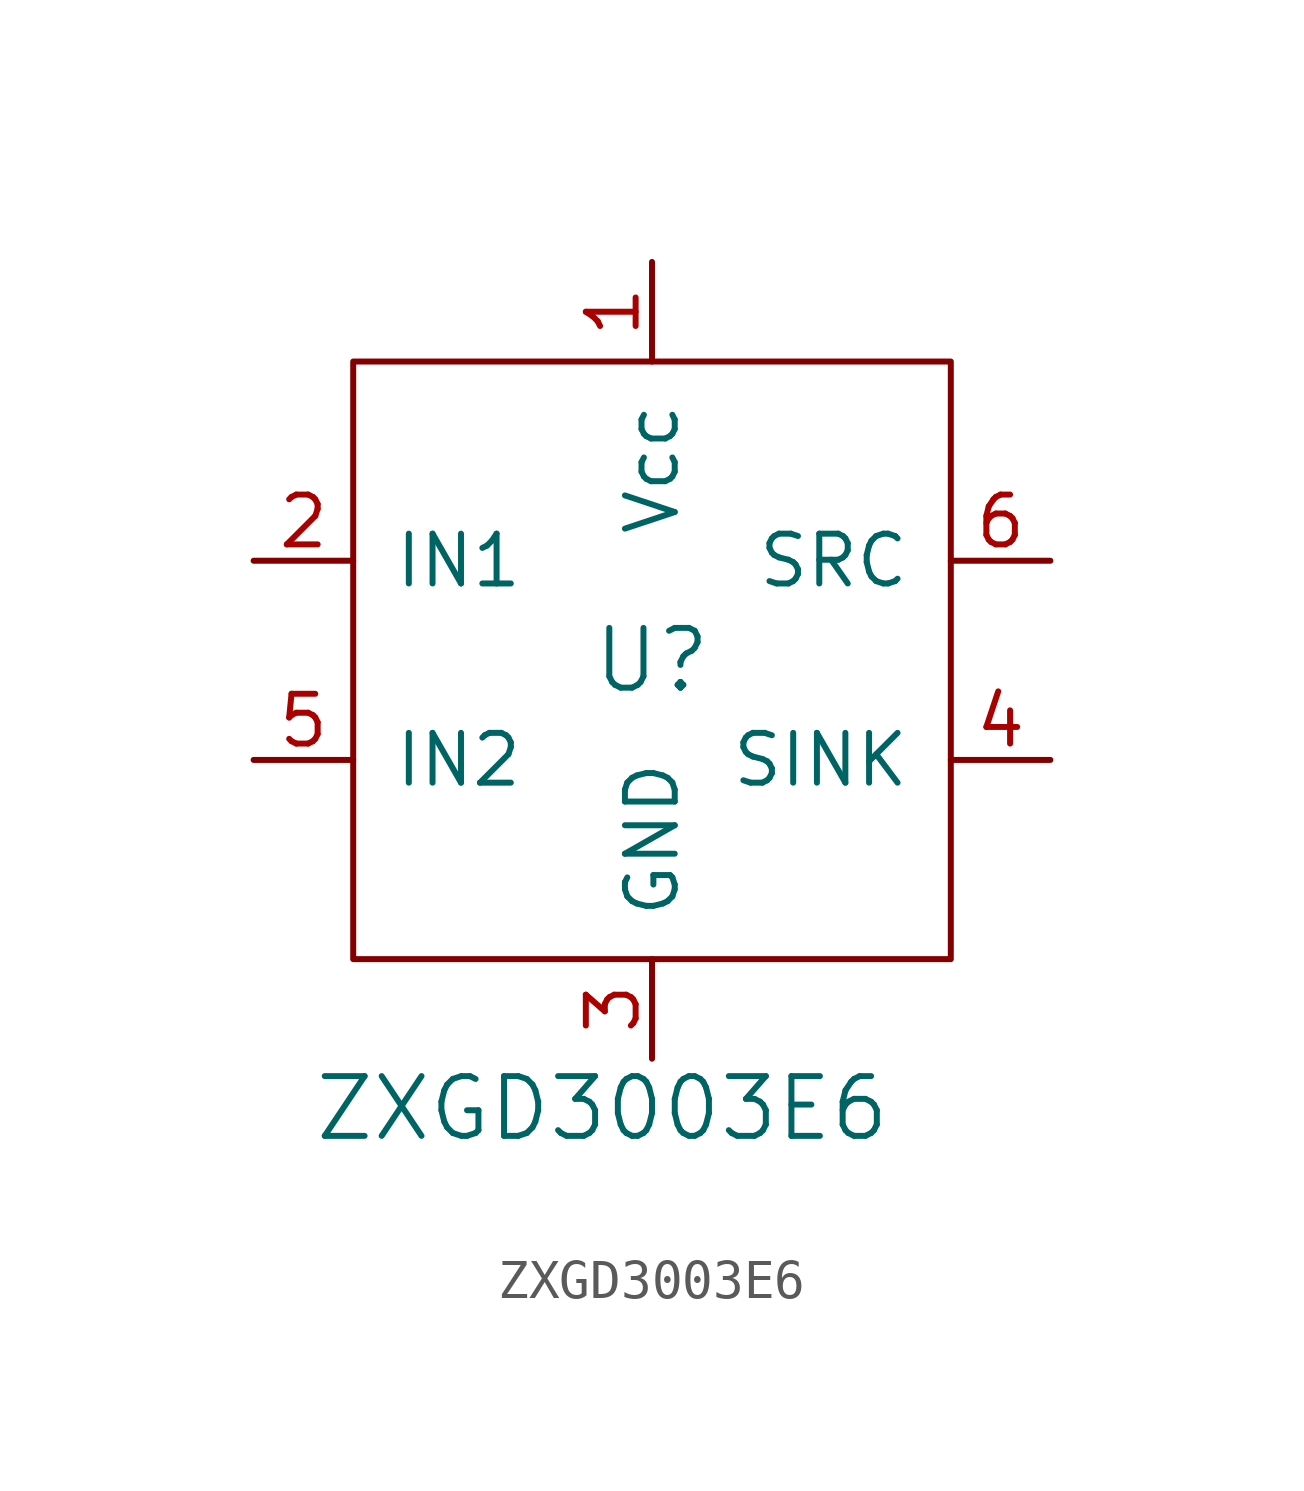
<source format=kicad_sym>
(kicad_symbol_lib
  (version 20211014)
  (generator kicad_symbol_editor)
  (symbol "ZXGD3003E6"
    (pin_names
      (offset 1.016))
    (property "Reference" "U"
      (at 0 0 0)
      (effects (font (size 1.524 1.524))))
    (property "Value" "ZXGD3003E6"
      (at -1.27 -11.43 0)
      (effects (font (size 1.524 1.524))))
    (property "Footprint" ""
      (at 0 0 0)
      (effects (font (size 1.524 1.524))))
    (property "Datasheet" ""
      (at 0 0 0)
      (effects (font (size 1.524 1.524))))
    (symbol "ZXGD3003E6_0_1"
      (rectangle (start -7.62 7.62) (end 7.62 -7.62) (stroke (width 0) (type default) (color 0 0 0 0)) (fill (type none))))
    (symbol "ZXGD3003E6_1_1"
      (pin passive line (at 0 10.16 270) (length 2.54) (name "Vcc" (effects (font (size 1.27 1.27)))) (number "1" (effects (font (size 1.27 1.27)))))
      (pin passive line (at -10.16 2.54 0) (length 2.54) (name "IN1" (effects (font (size 1.27 1.27)))) (number "2" (effects (font (size 1.27 1.27)))))
      (pin passive line (at 0 -10.16 90) (length 2.54) (name "GND" (effects (font (size 1.27 1.27)))) (number "3" (effects (font (size 1.27 1.27)))))
      (pin passive line (at 10.16 -2.54 180) (length 2.54) (name "SINK" (effects (font (size 1.27 1.27)))) (number "4" (effects (font (size 1.27 1.27)))))
      (pin passive line (at -10.16 -2.54 0) (length 2.54) (name "IN2" (effects (font (size 1.27 1.27)))) (number "5" (effects (font (size 1.27 1.27)))))
      (pin passive line (at 10.16 2.54 180) (length 2.54) (name "SRC" (effects (font (size 1.27 1.27)))) (number "6" (effects (font (size 1.27 1.27))))))))
</source>
